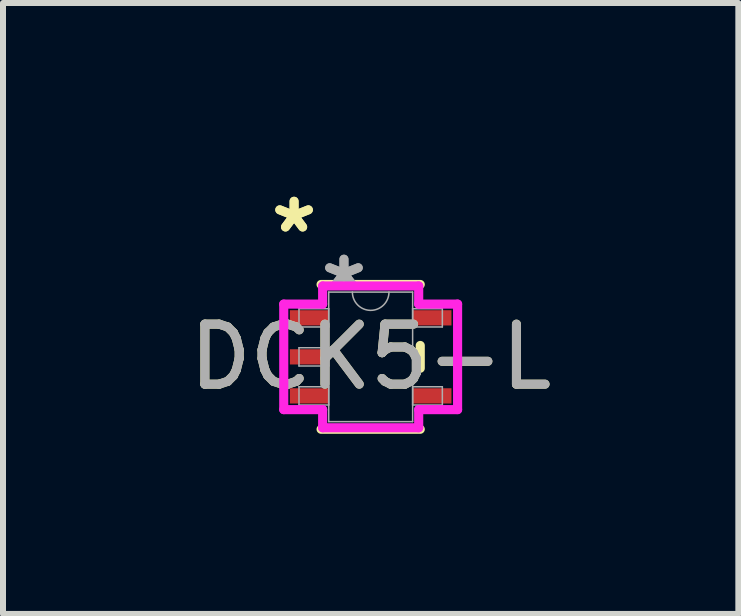
<source format=kicad_pcb>
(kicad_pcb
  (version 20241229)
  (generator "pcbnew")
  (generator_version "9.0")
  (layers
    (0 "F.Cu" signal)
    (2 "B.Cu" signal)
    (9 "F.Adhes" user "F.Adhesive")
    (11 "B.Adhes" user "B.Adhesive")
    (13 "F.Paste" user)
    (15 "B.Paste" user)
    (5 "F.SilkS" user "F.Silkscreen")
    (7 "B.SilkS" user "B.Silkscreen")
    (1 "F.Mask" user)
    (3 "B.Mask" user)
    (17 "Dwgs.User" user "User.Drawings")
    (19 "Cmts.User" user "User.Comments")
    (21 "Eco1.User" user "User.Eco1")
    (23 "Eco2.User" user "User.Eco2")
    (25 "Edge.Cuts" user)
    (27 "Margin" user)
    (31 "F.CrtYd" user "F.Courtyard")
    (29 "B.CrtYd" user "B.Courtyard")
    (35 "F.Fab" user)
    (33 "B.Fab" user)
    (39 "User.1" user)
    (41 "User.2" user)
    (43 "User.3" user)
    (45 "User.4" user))
  (footprint "DCK5-L"
    (layer "F.Cu")
    (at 3.125 2.895)
    (property "Reference" "DCK5-L" (at 0 0 0) (unlocked yes) (layer "F.SilkS") (effects (font (size 1 1) (thickness 0.15))))
    (attr smd)
    (fp_line (start -0.826 1.206) (end 0.826 1.206) (stroke (width 0.152) (type solid)) (layer "F.SilkS"))
    (fp_line (start 0.826 -1.206) (end -0.826 -1.206) (stroke (width 0.152) (type solid)) (layer "F.SilkS"))
    (fp_line (start 0.826 0.19) (end 0.826 -0.19) (stroke (width 0.152) (type solid)) (layer "F.SilkS"))
    (fp_line (start -1.448 -0.879) (end -0.8 -0.879) (stroke (width 0.152) (type solid)) (layer "F.CrtYd"))
    (fp_line (start -1.448 0.879) (end -1.448 -0.879) (stroke (width 0.152) (type solid)) (layer "F.CrtYd"))
    (fp_line (start -0.8 -1.181) (end 0.8 -1.181) (stroke (width 0.152) (type solid)) (layer "F.CrtYd"))
    (fp_line (start -0.8 -0.879) (end -0.8 -1.181) (stroke (width 0.152) (type solid)) (layer "F.CrtYd"))
    (fp_line (start -0.8 0.879) (end -1.448 0.879) (stroke (width 0.152) (type solid)) (layer "F.CrtYd"))
    (fp_line (start -0.8 1.181) (end -0.8 0.879) (stroke (width 0.152) (type solid)) (layer "F.CrtYd"))
    (fp_line (start 0.8 -1.181) (end 0.8 -0.879) (stroke (width 0.152) (type solid)) (layer "F.CrtYd"))
    (fp_line (start 0.8 -0.879) (end 1.448 -0.879) (stroke (width 0.152) (type solid)) (layer "F.CrtYd"))
    (fp_line (start 0.8 0.879) (end 0.8 1.181) (stroke (width 0.152) (type solid)) (layer "F.CrtYd"))
    (fp_line (start 0.8 1.181) (end -0.8 1.181) (stroke (width 0.152) (type solid)) (layer "F.CrtYd"))
    (fp_line (start 1.448 -0.879) (end 1.448 0.879) (stroke (width 0.152) (type solid)) (layer "F.CrtYd"))
    (fp_line (start 1.448 0.879) (end 0.8 0.879) (stroke (width 0.152) (type solid)) (layer "F.CrtYd"))
    (fp_line (start -1.194 -0.802) (end -1.194 -0.498) (stroke (width 0.025) (type solid)) (layer "F.Fab"))
    (fp_line (start -1.194 -0.498) (end -0.699 -0.498) (stroke (width 0.025) (type solid)) (layer "F.Fab"))
    (fp_line (start -1.194 -0.152) (end -1.194 0.152) (stroke (width 0.025) (type solid)) (layer "F.Fab"))
    (fp_line (start -1.194 0.152) (end -0.699 0.152) (stroke (width 0.025) (type solid)) (layer "F.Fab"))
    (fp_line (start -1.194 0.498) (end -1.194 0.802) (stroke (width 0.025) (type solid)) (layer "F.Fab"))
    (fp_line (start -1.194 0.802) (end -0.699 0.802) (stroke (width 0.025) (type solid)) (layer "F.Fab"))
    (fp_line (start -0.699 -1.079) (end -0.699 1.079) (stroke (width 0.025) (type solid)) (layer "F.Fab"))
    (fp_line (start -0.699 -0.802) (end -1.194 -0.802) (stroke (width 0.025) (type solid)) (layer "F.Fab"))
    (fp_line (start -0.699 -0.498) (end -0.699 -0.802) (stroke (width 0.025) (type solid)) (layer "F.Fab"))
    (fp_line (start -0.699 -0.152) (end -1.194 -0.152) (stroke (width 0.025) (type solid)) (layer "F.Fab"))
    (fp_line (start -0.699 0.152) (end -0.699 -0.152) (stroke (width 0.025) (type solid)) (layer "F.Fab"))
    (fp_line (start -0.699 0.498) (end -1.194 0.498) (stroke (width 0.025) (type solid)) (layer "F.Fab"))
    (fp_line (start -0.699 0.802) (end -0.699 0.498) (stroke (width 0.025) (type solid)) (layer "F.Fab"))
    (fp_line (start -0.699 1.079) (end 0.699 1.079) (stroke (width 0.025) (type solid)) (layer "F.Fab"))
    (fp_line (start 0.699 -1.079) (end -0.699 -1.079) (stroke (width 0.025) (type solid)) (layer "F.Fab"))
    (fp_line (start 0.699 -0.802) (end 0.699 -0.498) (stroke (width 0.025) (type solid)) (layer "F.Fab"))
    (fp_line (start 0.699 -0.498) (end 1.194 -0.498) (stroke (width 0.025) (type solid)) (layer "F.Fab"))
    (fp_line (start 0.699 0.498) (end 0.699 0.802) (stroke (width 0.025) (type solid)) (layer "F.Fab"))
    (fp_line (start 0.699 0.802) (end 1.194 0.802) (stroke (width 0.025) (type solid)) (layer "F.Fab"))
    (fp_line (start 0.699 1.079) (end 0.699 -1.079) (stroke (width 0.025) (type solid)) (layer "F.Fab"))
    (fp_line (start 1.194 -0.802) (end 0.699 -0.802) (stroke (width 0.025) (type solid)) (layer "F.Fab"))
    (fp_line (start 1.194 -0.498) (end 1.194 -0.802) (stroke (width 0.025) (type solid)) (layer "F.Fab"))
    (fp_line (start 1.194 0.498) (end 0.699 0.498) (stroke (width 0.025) (type solid)) (layer "F.Fab"))
    (fp_line (start 1.194 0.802) (end 1.194 0.498) (stroke (width 0.025) (type solid)) (layer "F.Fab"))
    (fp_arc (start 0.3048 -1.0795) (mid 0 -0.7747) (end -0.3048 -1.0795) (stroke (width 0.0254) (type solid)) (layer "F.Fab"))
    (fp_text user "*" (at -1.276 -2.047 0) (layer "F.SilkS") (effects (font (size 1 1) (thickness 0.15))))
    (fp_text user "*" (at -1.276 -2.047 0) (unlocked yes) (layer "F.SilkS") (effects (font (size 1 1) (thickness 0.15))))
    (fp_text user "*" (at -0.445 -1.082 0) (unlocked yes) (layer "F.Fab") (effects (font (size 1 1) (thickness 0.15))))
    (fp_text user "*" (at -0.445 -1.082 0) (layer "F.Fab") (effects (font (size 1 1) (thickness 0.15))))
    (fp_text user "${REFERENCE}" (at 0 0 0) (unlocked yes) (layer "F.Fab") (effects (font (size 1 1) (thickness 0.15))))
    (pad "1" smd rect (at -1.022 -0.65) (size 0.648 0.254) (layers "F.Cu" "F.Mask" "F.Paste"))
    (pad "2" smd rect (at -1.022 0) (size 0.648 0.254) (layers "F.Cu" "F.Mask" "F.Paste"))
    (pad "3" smd rect (at -1.022 0.65) (size 0.648 0.254) (layers "F.Cu" "F.Mask" "F.Paste"))
    (pad "4" smd rect (at 1.022 0.65) (size 0.648 0.254) (layers "F.Cu" "F.Mask" "F.Paste"))
    (pad "5" smd rect (at 1.022 -0.65) (size 0.648 0.254) (layers "F.Cu" "F.Mask" "F.Paste")))
  (gr_rect
    (start -3 -3)
    (end 9.25 7.178)
    (stroke (width 0.1) (type default))
    (fill no)
    (layer "Edge.Cuts")))
</source>
